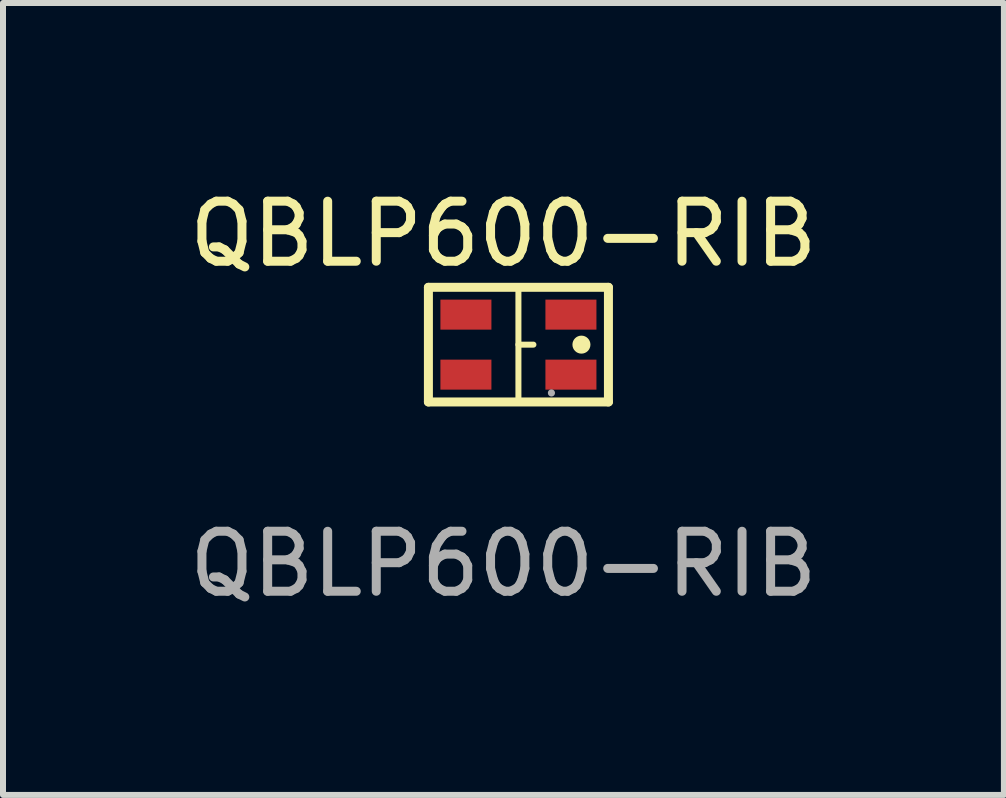
<source format=kicad_pcb>
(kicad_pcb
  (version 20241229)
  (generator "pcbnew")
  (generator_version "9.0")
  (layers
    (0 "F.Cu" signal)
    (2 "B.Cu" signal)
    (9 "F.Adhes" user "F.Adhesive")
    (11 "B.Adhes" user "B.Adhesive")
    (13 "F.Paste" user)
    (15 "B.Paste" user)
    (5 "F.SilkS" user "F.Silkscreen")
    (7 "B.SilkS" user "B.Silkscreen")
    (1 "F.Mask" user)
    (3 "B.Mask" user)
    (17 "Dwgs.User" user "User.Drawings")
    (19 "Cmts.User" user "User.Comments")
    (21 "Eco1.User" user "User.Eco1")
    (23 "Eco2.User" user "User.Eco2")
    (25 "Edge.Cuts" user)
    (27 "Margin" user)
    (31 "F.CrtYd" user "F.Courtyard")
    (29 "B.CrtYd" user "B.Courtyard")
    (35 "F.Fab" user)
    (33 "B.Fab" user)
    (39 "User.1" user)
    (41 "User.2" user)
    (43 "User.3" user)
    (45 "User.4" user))
  (footprint "QBLP600-RIB"
    (layer "F.Cu")
    (at 5.339 2.848)
    (property "Reference" "QBLP600-RIB" (at 0 -2 0) (layer "F.SilkS") (effects (font (size 1 1) (thickness 0.15))))
    (attr smd)
    (fp_line (start -1.25 -1.11) (end -1.25 0.8) (stroke (width 0.15) (type solid)) (layer "F.SilkS"))
    (fp_line (start -1.25 -1.11) (end 1.75 -1.11) (stroke (width 0.15) (type solid)) (layer "F.SilkS"))
    (fp_line (start -1.25 0.8) (end 1.75 0.8) (stroke (width 0.15) (type solid)) (layer "F.SilkS"))
    (fp_line (start 0.25 -1.11) (end 0.25 0.8) (stroke (width 0.1) (type default)) (layer "F.SilkS"))
    (fp_line (start 0.25 -0.155) (end 0.5 -0.155) (stroke (width 0.1) (type default)) (layer "F.SilkS"))
    (fp_line (start 1.75 -1.11) (end 1.75 0.8) (stroke (width 0.15) (type solid)) (layer "F.SilkS"))
    (fp_circle (center 1.3 -0.155) (end 1.4 -0.155) (stroke (width 0.1) (type solid)) (fill yes) (layer "F.SilkS"))
    (fp_circle (center 0.8 0.65) (end 0.83 0.65) (stroke (width 0.06) (type solid)) (fill no) (layer "F.Fab"))
    (fp_text user "${REFERENCE}" (at 0 3.5 0) (layer "F.Fab") (effects (font (size 1 1) (thickness 0.15))))
    (pad "1" smd rect (at -0.625 -0.655) (size 0.85 0.5) (layers "F.Cu" "F.Mask" "F.Paste"))
    (pad "2" smd rect (at 1.125 -0.655) (size 0.85 0.5) (layers "F.Cu" "F.Mask" "F.Paste"))
    (pad "3" smd rect (at -0.625 0.345) (size 0.85 0.5) (layers "F.Cu" "F.Mask" "F.Paste"))
    (pad "4" smd rect (at 1.125 0.345) (size 0.85 0.5) (layers "F.Cu" "F.Mask" "F.Paste")))
  (gr_rect
    (start -3 -3)
    (end 13.679 10.197)
    (stroke (width 0.1) (type default))
    (fill no)
    (layer "Edge.Cuts")))
</source>
